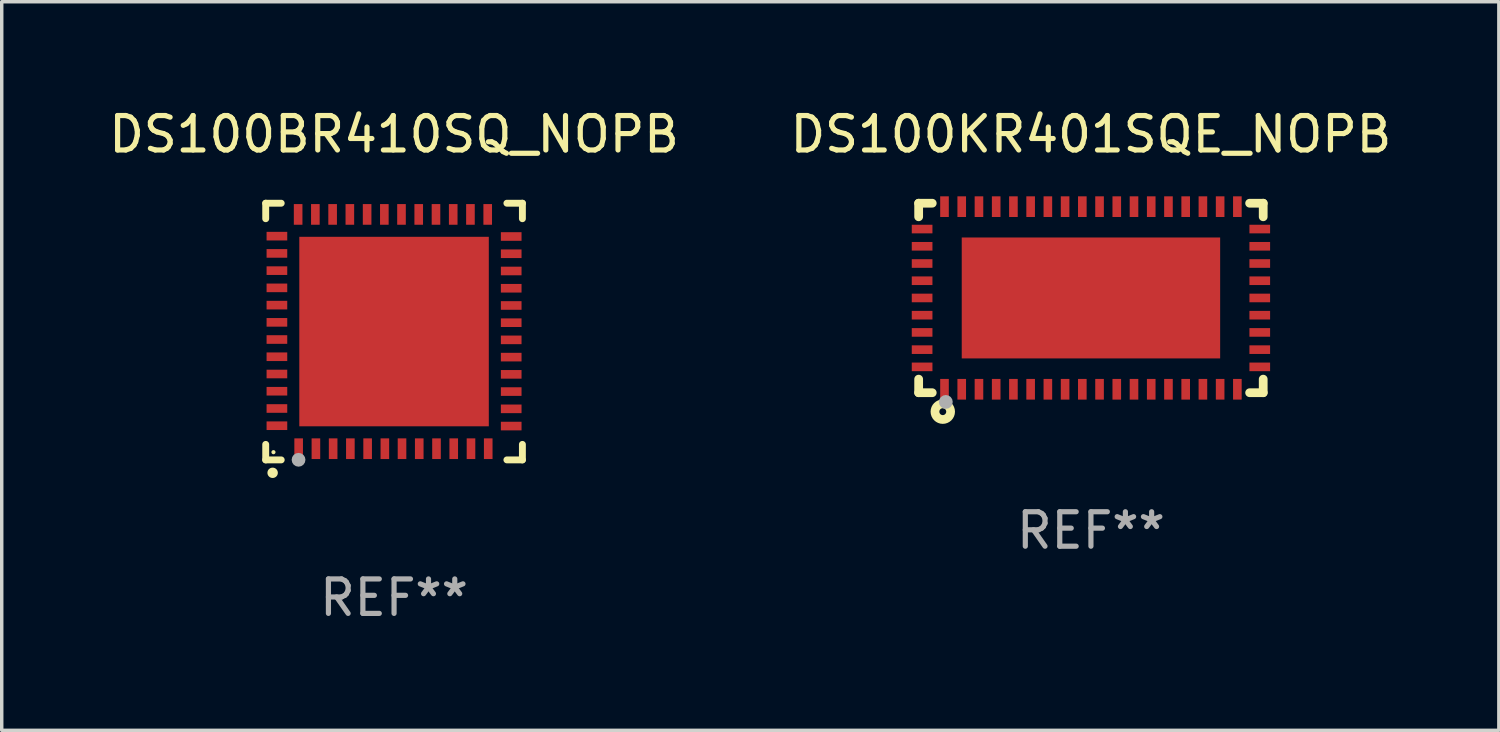
<source format=kicad_pcb>
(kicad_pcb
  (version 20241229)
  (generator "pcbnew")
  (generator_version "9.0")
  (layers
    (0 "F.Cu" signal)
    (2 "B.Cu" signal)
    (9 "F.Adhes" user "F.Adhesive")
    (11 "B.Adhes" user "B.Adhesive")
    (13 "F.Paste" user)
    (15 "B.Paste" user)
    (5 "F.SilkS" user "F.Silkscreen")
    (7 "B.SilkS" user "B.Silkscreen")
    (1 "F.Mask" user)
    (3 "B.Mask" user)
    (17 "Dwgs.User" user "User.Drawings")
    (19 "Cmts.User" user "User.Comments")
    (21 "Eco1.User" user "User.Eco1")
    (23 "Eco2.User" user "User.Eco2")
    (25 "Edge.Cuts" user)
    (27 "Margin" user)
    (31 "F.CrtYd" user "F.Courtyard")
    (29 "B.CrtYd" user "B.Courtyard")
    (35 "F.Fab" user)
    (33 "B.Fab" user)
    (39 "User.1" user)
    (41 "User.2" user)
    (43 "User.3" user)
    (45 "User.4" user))
  (footprint "DS100KR401SQE_NOPB"
    (layer "F.Cu")
    (at 28.613 5.598)
    (property "Reference" "DS100KR401SQE_NOPB" (at 0 -4.75 0) (layer "F.SilkS") (effects (font (size 1 1) (thickness 0.15))))
    (attr through_hole)
    (fp_line (start -5 -2.75) (end -4.606 -2.75) (stroke (width 0.254) (type solid)) (layer "F.SilkS"))
    (fp_line (start -5 -2.356) (end -5 -2.75) (stroke (width 0.254) (type solid)) (layer "F.SilkS"))
    (fp_line (start -5 2.75) (end -5 2.356) (stroke (width 0.254) (type solid)) (layer "F.SilkS"))
    (fp_line (start -4.606 2.75) (end -5 2.75) (stroke (width 0.254) (type solid)) (layer "F.SilkS"))
    (fp_line (start 4.606 -2.75) (end 5 -2.75) (stroke (width 0.254) (type solid)) (layer "F.SilkS"))
    (fp_line (start 5 -2.75) (end 5 -2.356) (stroke (width 0.254) (type solid)) (layer "F.SilkS"))
    (fp_line (start 5 2.356) (end 5 2.75) (stroke (width 0.254) (type solid)) (layer "F.SilkS"))
    (fp_line (start 5 2.75) (end 4.606 2.75) (stroke (width 0.254) (type solid)) (layer "F.SilkS"))
    (fp_circle (center -5 2.75) (end -4.97 2.75) (stroke (width 0.06) (type solid)) (fill no) (layer "F.SilkS"))
    (fp_circle (center -4.3 3.3) (end -4.2 3.3) (stroke (width 0.254) (type solid)) (fill no) (layer "F.SilkS"))
    (fp_circle (center -4.212 3.018) (end -4.111 3.018) (stroke (width 0.2) (type solid)) (fill no) (layer "F.Fab"))
    (fp_text user "REF**" (at 0 6.75 0) (layer "F.Fab") (effects (font (size 1 1) (thickness 0.15))))
    (pad "1" smd rect (at -4.25 2.65 270) (size 0.6 0.25) (layers "F.Cu" "F.Mask" "F.Paste"))
    (pad "2" smd rect (at -3.75 2.65 270) (size 0.6 0.25) (layers "F.Cu" "F.Mask" "F.Paste"))
    (pad "3" smd rect (at -3.25 2.65 270) (size 0.6 0.25) (layers "F.Cu" "F.Mask" "F.Paste"))
    (pad "4" smd rect (at -2.75 2.65 270) (size 0.6 0.25) (layers "F.Cu" "F.Mask" "F.Paste"))
    (pad "5" smd rect (at -2.25 2.65 270) (size 0.6 0.25) (layers "F.Cu" "F.Mask" "F.Paste"))
    (pad "6" smd rect (at -1.75 2.65 270) (size 0.6 0.25) (layers "F.Cu" "F.Mask" "F.Paste"))
    (pad "7" smd rect (at -1.25 2.65 270) (size 0.6 0.25) (layers "F.Cu" "F.Mask" "F.Paste"))
    (pad "8" smd rect (at -0.75 2.65 270) (size 0.6 0.25) (layers "F.Cu" "F.Mask" "F.Paste"))
    (pad "9" smd rect (at -0.25 2.65 270) (size 0.6 0.25) (layers "F.Cu" "F.Mask" "F.Paste"))
    (pad "10" smd rect (at 0.25 2.65 270) (size 0.6 0.25) (layers "F.Cu" "F.Mask" "F.Paste"))
    (pad "11" smd rect (at 0.75 2.65 270) (size 0.6 0.25) (layers "F.Cu" "F.Mask" "F.Paste"))
    (pad "12" smd rect (at 1.25 2.65 270) (size 0.6 0.25) (layers "F.Cu" "F.Mask" "F.Paste"))
    (pad "13" smd rect (at 1.75 2.65 270) (size 0.6 0.25) (layers "F.Cu" "F.Mask" "F.Paste"))
    (pad "14" smd rect (at 2.25 2.65 270) (size 0.6 0.25) (layers "F.Cu" "F.Mask" "F.Paste"))
    (pad "15" smd rect (at 2.75 2.65 270) (size 0.6 0.25) (layers "F.Cu" "F.Mask" "F.Paste"))
    (pad "16" smd rect (at 3.25 2.65 270) (size 0.6 0.25) (layers "F.Cu" "F.Mask" "F.Paste"))
    (pad "17" smd rect (at 3.75 2.65 270) (size 0.6 0.25) (layers "F.Cu" "F.Mask" "F.Paste"))
    (pad "18" smd rect (at 4.25 2.65 270) (size 0.6 0.25) (layers "F.Cu" "F.Mask" "F.Paste"))
    (pad "19" smd rect (at 4.9 2 270) (size 0.25 0.6) (layers "F.Cu" "F.Mask" "F.Paste"))
    (pad "20" smd rect (at 4.9 1.5 270) (size 0.25 0.6) (layers "F.Cu" "F.Mask" "F.Paste"))
    (pad "21" smd rect (at 4.9 1 270) (size 0.25 0.6) (layers "F.Cu" "F.Mask" "F.Paste"))
    (pad "22" smd rect (at 4.9 0.5 270) (size 0.25 0.6) (layers "F.Cu" "F.Mask" "F.Paste"))
    (pad "23" smd rect (at 4.9 -0.000076 270) (size 0.25 0.6) (layers "F.Cu" "F.Mask" "F.Paste"))
    (pad "24" smd rect (at 4.9 -0.5 270) (size 0.25 0.6) (layers "F.Cu" "F.Mask" "F.Paste"))
    (pad "25" smd rect (at 4.9 -1 270) (size 0.25 0.6) (layers "F.Cu" "F.Mask" "F.Paste"))
    (pad "26" smd rect (at 4.9 -1.5 270) (size 0.25 0.6) (layers "F.Cu" "F.Mask" "F.Paste"))
    (pad "27" smd rect (at 4.9 -2 270) (size 0.25 0.6) (layers "F.Cu" "F.Mask" "F.Paste"))
    (pad "28" smd rect (at 4.25 -2.65 270) (size 0.6 0.25) (layers "F.Cu" "F.Mask" "F.Paste"))
    (pad "29" smd rect (at 3.75 -2.65 270) (size 0.6 0.25) (layers "F.Cu" "F.Mask" "F.Paste"))
    (pad "30" smd rect (at 3.25 -2.65 270) (size 0.6 0.25) (layers "F.Cu" "F.Mask" "F.Paste"))
    (pad "31" smd rect (at 2.75 -2.65 270) (size 0.6 0.25) (layers "F.Cu" "F.Mask" "F.Paste"))
    (pad "32" smd rect (at 2.25 -2.65 270) (size 0.6 0.25) (layers "F.Cu" "F.Mask" "F.Paste"))
    (pad "33" smd rect (at 1.75 -2.65 270) (size 0.6 0.25) (layers "F.Cu" "F.Mask" "F.Paste"))
    (pad "34" smd rect (at 1.25 -2.65 270) (size 0.6 0.25) (layers "F.Cu" "F.Mask" "F.Paste"))
    (pad "35" smd rect (at 0.75 -2.65 270) (size 0.6 0.25) (layers "F.Cu" "F.Mask" "F.Paste"))
    (pad "36" smd rect (at 0.25 -2.65 270) (size 0.6 0.25) (layers "F.Cu" "F.Mask" "F.Paste"))
    (pad "37" smd rect (at -0.25 -2.65 270) (size 0.6 0.25) (layers "F.Cu" "F.Mask" "F.Paste"))
    (pad "38" smd rect (at -0.75 -2.65 270) (size 0.6 0.25) (layers "F.Cu" "F.Mask" "F.Paste"))
    (pad "39" smd rect (at -1.25 -2.65 270) (size 0.6 0.25) (layers "F.Cu" "F.Mask" "F.Paste"))
    (pad "40" smd rect (at -1.75 -2.65 270) (size 0.6 0.25) (layers "F.Cu" "F.Mask" "F.Paste"))
    (pad "41" smd rect (at -2.25 -2.65 270) (size 0.6 0.25) (layers "F.Cu" "F.Mask" "F.Paste"))
    (pad "42" smd rect (at -2.75 -2.65 270) (size 0.6 0.25) (layers "F.Cu" "F.Mask" "F.Paste"))
    (pad "43" smd rect (at -3.25 -2.65 270) (size 0.6 0.25) (layers "F.Cu" "F.Mask" "F.Paste"))
    (pad "44" smd rect (at -3.75 -2.65 270) (size 0.6 0.25) (layers "F.Cu" "F.Mask" "F.Paste"))
    (pad "45" smd rect (at -4.25 -2.65 270) (size 0.6 0.25) (layers "F.Cu" "F.Mask" "F.Paste"))
    (pad "46" smd rect (at -4.9 -2 270) (size 0.25 0.6) (layers "F.Cu" "F.Mask" "F.Paste"))
    (pad "47" smd rect (at -4.9 -1.5 270) (size 0.25 0.6) (layers "F.Cu" "F.Mask" "F.Paste"))
    (pad "48" smd rect (at -4.9 -1 270) (size 0.25 0.6) (layers "F.Cu" "F.Mask" "F.Paste"))
    (pad "49" smd rect (at -4.9 -0.5 270) (size 0.25 0.6) (layers "F.Cu" "F.Mask" "F.Paste"))
    (pad "50" smd rect (at -4.9 -0.000076 270) (size 0.25 0.6) (layers "F.Cu" "F.Mask" "F.Paste"))
    (pad "51" smd rect (at -4.9 0.5 270) (size 0.25 0.6) (layers "F.Cu" "F.Mask" "F.Paste"))
    (pad "52" smd rect (at -4.9 1 270) (size 0.25 0.6) (layers "F.Cu" "F.Mask" "F.Paste"))
    (pad "53" smd rect (at -4.9 1.5 270) (size 0.25 0.6) (layers "F.Cu" "F.Mask" "F.Paste"))
    (pad "54" smd rect (at -4.9 2 270) (size 0.25 0.6) (layers "F.Cu" "F.Mask" "F.Paste"))
    (pad "55" smd rect (at 0.000064 -0.000076 270) (size 3.51 7.5) (layers "F.Cu" "F.Mask" "F.Paste")))
  (footprint "DS100BR410SQ_NOPB"
    (layer "F.Cu")
    (at 8.387 6.573)
    (property "Reference" "DS100BR410SQ_NOPB" (at 0 -5.725 0) (layer "F.SilkS") (effects (font (size 1 1) (thickness 0.15))))
    (attr through_hole)
    (fp_line (start -3.725 -3.725) (end -3.275 -3.725) (stroke (width 0.2) (type solid)) (layer "F.SilkS"))
    (fp_line (start -3.725 -3.275) (end -3.725 -3.725) (stroke (width 0.2) (type solid)) (layer "F.SilkS"))
    (fp_line (start -3.725 3.725) (end -3.725 3.275) (stroke (width 0.2) (type solid)) (layer "F.SilkS"))
    (fp_line (start -3.275 3.725) (end -3.725 3.725) (stroke (width 0.2) (type solid)) (layer "F.SilkS"))
    (fp_line (start 3.275 3.725) (end 3.725 3.725) (stroke (width 0.2) (type solid)) (layer "F.SilkS"))
    (fp_line (start 3.725 -3.725) (end 3.275 -3.725) (stroke (width 0.2) (type solid)) (layer "F.SilkS"))
    (fp_line (start 3.725 -3.275) (end 3.725 -3.725) (stroke (width 0.2) (type solid)) (layer "F.SilkS"))
    (fp_line (start 3.725 3.725) (end 3.725 3.275) (stroke (width 0.2) (type solid)) (layer "F.SilkS"))
    (fp_arc (start -3.525527 4.099568) (mid -3.524257 4.099563) (end -3.522987 4.099568) (stroke (width 0.3) (type solid)) (layer "F.SilkS"))
    (fp_circle (center -3.5 3.501) (end -3.47 3.501) (stroke (width 0.06) (type solid)) (fill no) (layer "F.SilkS"))
    (fp_circle (center -2.772 3.722) (end -2.672 3.722) (stroke (width 0.2) (type solid)) (fill no) (layer "F.Fab"))
    (fp_text user "REF**" (at 0 7.725 0) (layer "F.Fab") (effects (font (size 1 1) (thickness 0.15))))
    (pad "1" smd rect (at -2.769 3.4 180) (size 0.25 0.6) (layers "F.Cu" "F.Mask" "F.Paste"))
    (pad "2" smd rect (at -2.268 3.4 180) (size 0.25 0.6) (layers "F.Cu" "F.Mask" "F.Paste"))
    (pad "3" smd rect (at -1.768 3.4 180) (size 0.25 0.6) (layers "F.Cu" "F.Mask" "F.Paste"))
    (pad "4" smd rect (at -1.268 3.4 180) (size 0.25 0.6) (layers "F.Cu" "F.Mask" "F.Paste"))
    (pad "5" smd rect (at -0.767 3.4 180) (size 0.25 0.6) (layers "F.Cu" "F.Mask" "F.Paste"))
    (pad "6" smd rect (at -0.267 3.4 180) (size 0.25 0.6) (layers "F.Cu" "F.Mask" "F.Paste"))
    (pad "7" smd rect (at 0.231 3.4 180) (size 0.25 0.6) (layers "F.Cu" "F.Mask" "F.Paste"))
    (pad "8" smd rect (at 0.731 3.4 180) (size 0.25 0.6) (layers "F.Cu" "F.Mask" "F.Paste"))
    (pad "9" smd rect (at 1.232 3.4 180) (size 0.25 0.6) (layers "F.Cu" "F.Mask" "F.Paste"))
    (pad "10" smd rect (at 1.732 3.4 180) (size 0.25 0.6) (layers "F.Cu" "F.Mask" "F.Paste"))
    (pad "11" smd rect (at 2.233 3.4 180) (size 0.25 0.6) (layers "F.Cu" "F.Mask" "F.Paste"))
    (pad "12" smd rect (at 2.733 3.4 180) (size 0.25 0.6) (layers "F.Cu" "F.Mask" "F.Paste"))
    (pad "13" smd rect (at 3.4 2.743 90) (size 0.25 0.6) (layers "F.Cu" "F.Mask" "F.Paste"))
    (pad "14" smd rect (at 3.4 2.243 90) (size 0.25 0.6) (layers "F.Cu" "F.Mask" "F.Paste"))
    (pad "15" smd rect (at 3.4 1.742 90) (size 0.25 0.6) (layers "F.Cu" "F.Mask" "F.Paste"))
    (pad "16" smd rect (at 3.4 1.242 90) (size 0.25 0.6) (layers "F.Cu" "F.Mask" "F.Paste"))
    (pad "17" smd rect (at 3.4 0.742 90) (size 0.25 0.6) (layers "F.Cu" "F.Mask" "F.Paste"))
    (pad "18" smd rect (at 3.4 0.241 90) (size 0.25 0.6) (layers "F.Cu" "F.Mask" "F.Paste"))
    (pad "19" smd rect (at 3.4 -0.257 90) (size 0.25 0.6) (layers "F.Cu" "F.Mask" "F.Paste"))
    (pad "20" smd rect (at 3.4 -0.757 90) (size 0.25 0.6) (layers "F.Cu" "F.Mask" "F.Paste"))
    (pad "21" smd rect (at 3.4 -1.257 90) (size 0.25 0.6) (layers "F.Cu" "F.Mask" "F.Paste"))
    (pad "22" smd rect (at 3.4 -1.758 90) (size 0.25 0.6) (layers "F.Cu" "F.Mask" "F.Paste"))
    (pad "23" smd rect (at 3.4 -2.258 90) (size 0.25 0.6) (layers "F.Cu" "F.Mask" "F.Paste"))
    (pad "24" smd rect (at 3.4 -2.759 90) (size 0.25 0.6) (layers "F.Cu" "F.Mask" "F.Paste"))
    (pad "25" smd rect (at 2.718 -3.4 180) (size 0.25 0.6) (layers "F.Cu" "F.Mask" "F.Paste"))
    (pad "26" smd rect (at 2.217 -3.4 180) (size 0.25 0.6) (layers "F.Cu" "F.Mask" "F.Paste"))
    (pad "27" smd rect (at 1.717 -3.4 180) (size 0.25 0.6) (layers "F.Cu" "F.Mask" "F.Paste"))
    (pad "28" smd rect (at 1.217 -3.4 180) (size 0.25 0.6) (layers "F.Cu" "F.Mask" "F.Paste"))
    (pad "29" smd rect (at 0.716 -3.4 180) (size 0.25 0.6) (layers "F.Cu" "F.Mask" "F.Paste"))
    (pad "30" smd rect (at 0.216 -3.4 180) (size 0.25 0.6) (layers "F.Cu" "F.Mask" "F.Paste"))
    (pad "31" smd rect (at -0.282 -3.4 180) (size 0.25 0.6) (layers "F.Cu" "F.Mask" "F.Paste"))
    (pad "32" smd rect (at -0.782 -3.4 180) (size 0.25 0.6) (layers "F.Cu" "F.Mask" "F.Paste"))
    (pad "33" smd rect (at -1.283 -3.4 180) (size 0.25 0.6) (layers "F.Cu" "F.Mask" "F.Paste"))
    (pad "34" smd rect (at -1.783 -3.4 180) (size 0.25 0.6) (layers "F.Cu" "F.Mask" "F.Paste"))
    (pad "35" smd rect (at -2.284 -3.4 180) (size 0.25 0.6) (layers "F.Cu" "F.Mask" "F.Paste"))
    (pad "36" smd rect (at -2.784 -3.4 180) (size 0.25 0.6) (layers "F.Cu" "F.Mask" "F.Paste"))
    (pad "37" smd rect (at -3.4 -2.769 90) (size 0.25 0.6) (layers "F.Cu" "F.Mask" "F.Paste"))
    (pad "38" smd rect (at -3.4 -2.268 90) (size 0.25 0.6) (layers "F.Cu" "F.Mask" "F.Paste"))
    (pad "39" smd rect (at -3.4 -1.768 90) (size 0.25 0.6) (layers "F.Cu" "F.Mask" "F.Paste"))
    (pad "40" smd rect (at -3.4 -1.268 90) (size 0.25 0.6) (layers "F.Cu" "F.Mask" "F.Paste"))
    (pad "41" smd rect (at -3.4 -0.767 90) (size 0.25 0.6) (layers "F.Cu" "F.Mask" "F.Paste"))
    (pad "42" smd rect (at -3.4 -0.267 90) (size 0.25 0.6) (layers "F.Cu" "F.Mask" "F.Paste"))
    (pad "43" smd rect (at -3.4 0.231 90) (size 0.25 0.6) (layers "F.Cu" "F.Mask" "F.Paste"))
    (pad "44" smd rect (at -3.4 0.731 90) (size 0.25 0.6) (layers "F.Cu" "F.Mask" "F.Paste"))
    (pad "45" smd rect (at -3.4 1.232 90) (size 0.25 0.6) (layers "F.Cu" "F.Mask" "F.Paste"))
    (pad "46" smd rect (at -3.4 1.732 90) (size 0.25 0.6) (layers "F.Cu" "F.Mask" "F.Paste"))
    (pad "47" smd rect (at -3.4 2.233 90) (size 0.25 0.6) (layers "F.Cu" "F.Mask" "F.Paste"))
    (pad "48" smd rect (at -3.4 2.733 90) (size 0.25 0.6) (layers "F.Cu" "F.Mask" "F.Paste"))
    (pad "49" smd rect (at -0.000076 -0.000076 90) (size 5.5 5.5) (layers "F.Cu" "F.Mask" "F.Paste")))
  (gr_rect
    (start -3 -3)
    (end 40.452 18.146)
    (stroke (width 0.1) (type default))
    (fill no)
    (layer "Edge.Cuts")))
</source>
